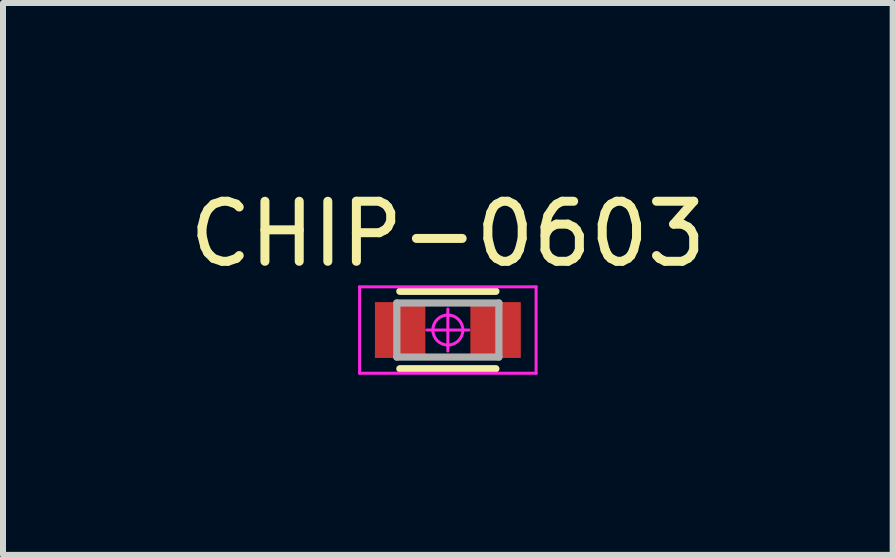
<source format=kicad_pcb>
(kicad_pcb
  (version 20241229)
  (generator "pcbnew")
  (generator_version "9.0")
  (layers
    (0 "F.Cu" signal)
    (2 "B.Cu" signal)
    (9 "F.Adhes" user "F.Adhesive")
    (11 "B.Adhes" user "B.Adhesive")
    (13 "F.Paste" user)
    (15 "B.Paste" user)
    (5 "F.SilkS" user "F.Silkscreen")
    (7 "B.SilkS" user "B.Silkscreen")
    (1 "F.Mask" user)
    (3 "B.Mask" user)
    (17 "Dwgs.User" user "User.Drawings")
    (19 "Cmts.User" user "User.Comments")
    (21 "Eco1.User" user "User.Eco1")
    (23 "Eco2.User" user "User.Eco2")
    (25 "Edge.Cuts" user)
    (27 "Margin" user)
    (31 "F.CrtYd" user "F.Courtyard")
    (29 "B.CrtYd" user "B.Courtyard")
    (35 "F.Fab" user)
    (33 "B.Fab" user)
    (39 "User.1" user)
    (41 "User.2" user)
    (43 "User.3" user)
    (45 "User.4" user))
  (footprint "CHIP-0603"
    (layer "F.Cu")
    (at 4.411 2.448)
    (property "Reference" "CHIP-0603" (at 0 -1.6 0) (layer "F.SilkS") (effects (font (size 1 1) (thickness 0.15))))
    (attr through_hole)
    (fp_line (start 0.8 -0.645) (end -0.8 -0.645) (stroke (width 0.12) (type solid)) (layer "F.SilkS"))
    (fp_line (start 0.8 0.645) (end -0.8 0.645) (stroke (width 0.12) (type solid)) (layer "F.SilkS"))
    (fp_line (start -1.47 -0.72) (end -1.47 0.72) (stroke (width 0.05) (type solid)) (layer "F.CrtYd"))
    (fp_line (start -1.47 0.72) (end 1.47 0.72) (stroke (width 0.05) (type solid)) (layer "F.CrtYd"))
    (fp_line (start 0 -0.35) (end 0 0.35) (stroke (width 0.05) (type solid)) (layer "F.CrtYd"))
    (fp_line (start 0.35 0) (end -0.35 0) (stroke (width 0.05) (type solid)) (layer "F.CrtYd"))
    (fp_line (start 1.47 -0.72) (end -1.47 -0.72) (stroke (width 0.05) (type solid)) (layer "F.CrtYd"))
    (fp_line (start 1.47 0.72) (end 1.47 -0.72) (stroke (width 0.05) (type solid)) (layer "F.CrtYd"))
    (fp_circle (center 0 0) (end -0.25 0) (stroke (width 0.05) (type solid)) (fill no) (layer "F.CrtYd"))
    (fp_line (start -0.85 -0.45) (end -0.85 0.45) (stroke (width 0.12) (type solid)) (layer "F.Fab"))
    (fp_line (start -0.85 0.45) (end 0.85 0.45) (stroke (width 0.12) (type solid)) (layer "F.Fab"))
    (fp_line (start 0.85 -0.45) (end -0.85 -0.45) (stroke (width 0.12) (type solid)) (layer "F.Fab"))
    (fp_line (start 0.85 0.45) (end 0.85 -0.45) (stroke (width 0.12) (type solid)) (layer "F.Fab"))
    (pad "1" smd rect (at -0.795 0) (size 0.84 0.93) (layers "F.Cu" "F.Mask" "F.Paste"))
    (pad "2" smd rect (at 0.795 0) (size 0.84 0.93) (layers "F.Cu" "F.Mask" "F.Paste")))
  (gr_rect
    (start -3 -3)
    (end 11.821 6.193)
    (stroke (width 0.1) (type default))
    (fill no)
    (layer "Edge.Cuts")))
</source>
